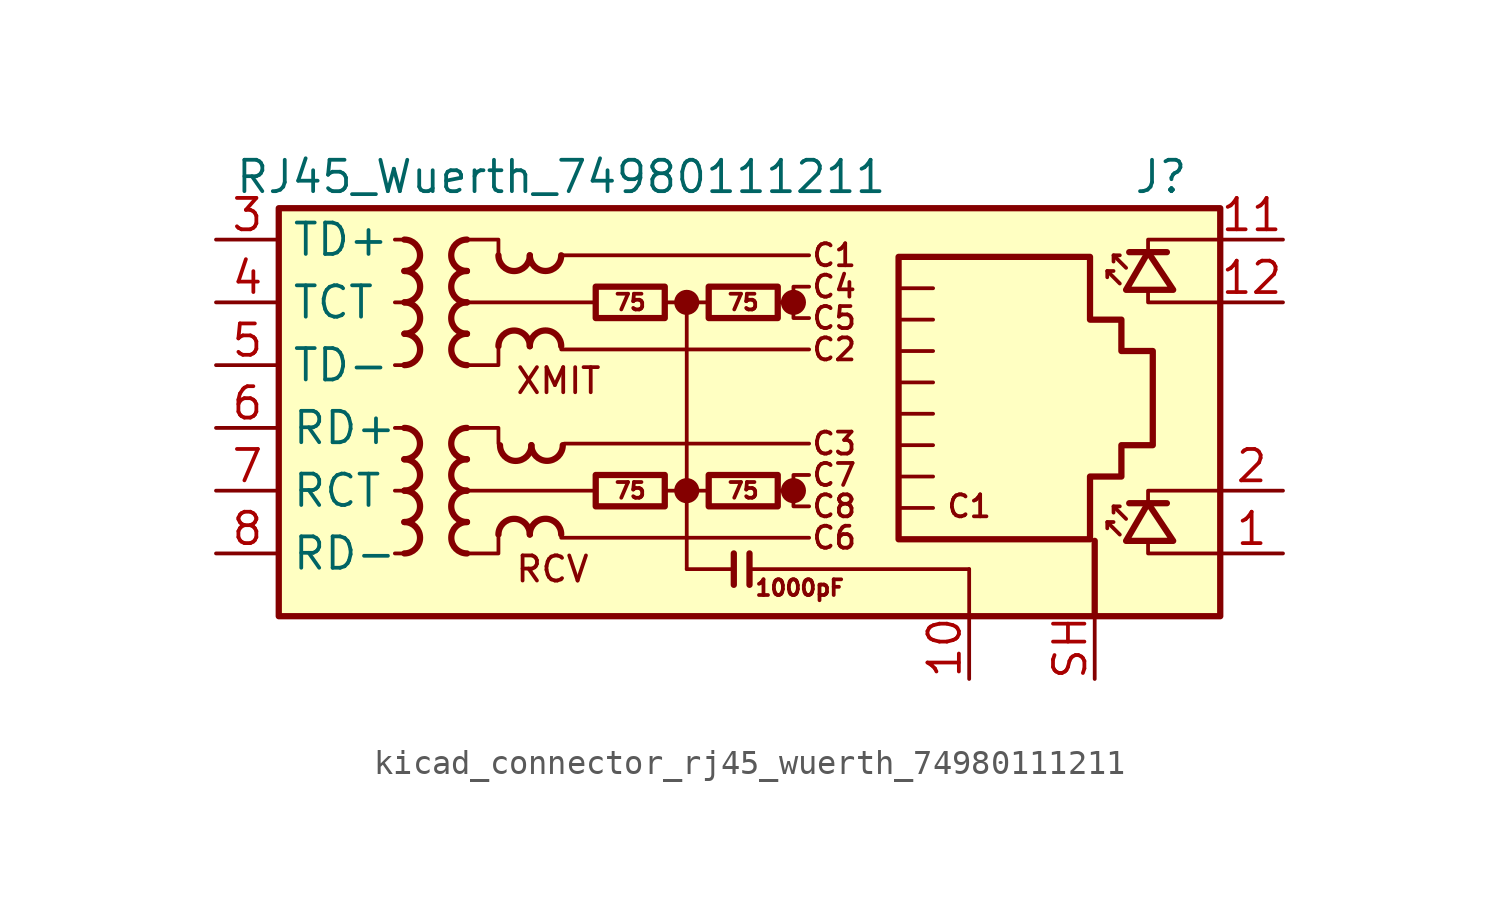
<source format=kicad_sym>
(kicad_symbol_lib
  (version 20220914)
  (generator kicad_symbol_editor)
  (symbol "kicad_connector_rj45_wuerth_74980111211"
    (property "Reference" "J"
      (at 19.05 10.16 0)
      (effects (font (size 1.27 1.27)) (justify right)))
    (property "Value" "RJ45_Wuerth_74980111211"
      (at -6.35 10.16 0)
      (effects (font (size 1.27 1.27))))
    (symbol "kicad_connector_rj45_wuerth_74980111211_0_0"
      (circle (center -1.27 -2.54) (radius 0.0001) (stroke (width 0.508) (type default)) (fill (type none)))
      (circle (center -1.27 5.08) (radius 0.0001) (stroke (width 0.508) (type default)) (fill (type none)))
      (polyline (pts (xy -1.27 5.08) (xy -1.27 -5.715)) (stroke (width 0) (type default)) (fill (type none)))
      (polyline (pts (xy 0.635 -5.08) (xy 0.635 -6.35)) (stroke (width 0.254) (type default)) (fill (type none)))
      (polyline (pts (xy 1.27 -5.08) (xy 1.27 -6.35)) (stroke (width 0.254) (type default)) (fill (type none)))
      (polyline (pts (xy 3.048 -2.54) (xy 2.54 -2.54)) (stroke (width 0) (type default)) (fill (type none)))
      (polyline (pts (xy 3.048 5.08) (xy 2.54 5.08)) (stroke (width 0) (type default)) (fill (type none)))
      (polyline (pts (xy 17.399 -3.175) (xy 17.399 -2.54) (xy 20.32 -2.54)) (stroke (width 0) (type default)) (fill (type none)))
      (polyline (pts (xy 17.399 6.985) (xy 17.399 7.62) (xy 20.32 7.62)) (stroke (width 0) (type default)) (fill (type none)))
      (polyline (pts (xy 20.32 -5.08) (xy 17.399 -5.08) (xy 17.399 -4.572)) (stroke (width 0) (type default)) (fill (type none)))
      (polyline (pts (xy 20.32 5.08) (xy 17.399 5.08) (xy 17.399 5.588)) (stroke (width 0) (type default)) (fill (type none)))
      (polyline (pts (xy 3.683 -1.905) (xy 3.048 -1.905) (xy 3.048 -3.175) (xy 3.683 -3.175)) (stroke (width 0) (type default)) (fill (type none)))
      (polyline (pts (xy 3.683 5.715) (xy 3.048 5.715) (xy 3.048 4.445) (xy 3.683 4.445)) (stroke (width 0) (type default)) (fill (type none)))
      (circle (center 3.048 -2.54) (radius 0.0001) (stroke (width 0.508) (type default)) (fill (type none)))
      (circle (center 3.048 5.08) (radius 0.0001) (stroke (width 0.508) (type default)) (fill (type none)))
      (text "C1" (at 4.699 6.985 0) (effects (font (size 0.889 0.889))))
      (text "C1" (at 10.16 -3.175 0) (effects (font (size 0.889 0.889))))
      (text "C2" (at 4.699 3.175 0) (effects (font (size 0.889 0.889))))
      (text "C3" (at 4.699 -0.635 0) (effects (font (size 0.889 0.889))))
      (text "C4" (at 4.699 5.715 0) (effects (font (size 0.889 0.889))))
      (text "C5" (at 4.699 4.445 0) (effects (font (size 0.889 0.889))))
      (text "C6" (at 4.699 -4.445 0) (effects (font (size 0.889 0.889))))
      (text "C7" (at 4.699 -1.905 0) (effects (font (size 0.889 0.889))))
      (text "C8" (at 4.699 -3.175 0) (effects (font (size 0.889 0.889))))
      (text "RCV" (at -8.255 -5.715 0) (effects (font (size 1.016 1.016)) (justify left)))
      (text "XMIT" (at -8.255 1.905 0) (effects (font (size 1.016 1.016)) (justify left))))
    (symbol "kicad_connector_rj45_wuerth_74980111211_0_1"
      (rectangle (start -17.78 8.89) (end 20.32 -7.62) (stroke (width 0.254) (type default)) (fill (type background)))
      (polyline (pts (xy -12.7 -5.08) (xy -13.081 -5.08)) (stroke (width 0) (type default)) (fill (type none)))
      (polyline (pts (xy -12.7 -2.54) (xy -13.081 -2.54)) (stroke (width 0) (type default)) (fill (type none)))
      (polyline (pts (xy -12.7 0) (xy -13.081 0)) (stroke (width 0) (type default)) (fill (type none)))
      (polyline (pts (xy -12.7 2.54) (xy -13.081 2.54)) (stroke (width 0) (type default)) (fill (type none)))
      (polyline (pts (xy -12.7 5.08) (xy -13.081 5.08)) (stroke (width 0) (type default)) (fill (type none)))
      (polyline (pts (xy -12.7 7.62) (xy -13.081 7.62)) (stroke (width 0) (type default)) (fill (type none)))
      (polyline (pts (xy -6.35 -4.445) (xy 3.683 -4.445)) (stroke (width 0) (type default)) (fill (type none)))
      (polyline (pts (xy -6.35 3.175) (xy 3.683 3.175)) (stroke (width 0) (type default)) (fill (type none)))
      (polyline (pts (xy -6.35 6.985) (xy 3.683 6.985)) (stroke (width 0) (type default)) (fill (type none)))
      (polyline (pts (xy -6.223 -0.635) (xy 3.683 -0.635)) (stroke (width 0) (type default)) (fill (type none)))
      (polyline (pts (xy -5.08 -2.54) (xy -10.16 -2.54)) (stroke (width 0) (type default)) (fill (type none)))
      (polyline (pts (xy -4.953 5.08) (xy -10.16 5.08)) (stroke (width 0) (type default)) (fill (type none)))
      (polyline (pts (xy -2.159 -2.54) (xy -0.381 -2.54)) (stroke (width 0) (type default)) (fill (type none)))
      (polyline (pts (xy -2.159 5.08) (xy -0.381 5.08)) (stroke (width 0) (type default)) (fill (type none)))
      (polyline (pts (xy 0.635 -5.715) (xy -1.27 -5.715)) (stroke (width 0) (type default)) (fill (type none)))
      (polyline (pts (xy 7.429 -1.968) (xy 8.7 -1.968)) (stroke (width 0) (type default)) (fill (type none)))
      (polyline (pts (xy 7.429 -0.699) (xy 8.7 -0.699)) (stroke (width 0) (type default)) (fill (type none)))
      (polyline (pts (xy 7.429 0.572) (xy 8.7 0.572)) (stroke (width 0) (type default)) (fill (type none)))
      (polyline (pts (xy 7.429 1.841) (xy 8.7 1.841)) (stroke (width 0) (type default)) (fill (type none)))
      (polyline (pts (xy 7.429 3.111) (xy 8.7 3.111)) (stroke (width 0) (type default)) (fill (type none)))
      (polyline (pts (xy 8.7 -3.239) (xy 7.429 -3.239)) (stroke (width 0) (type default)) (fill (type none)))
      (polyline (pts (xy 8.7 4.381) (xy 7.429 4.381)) (stroke (width 0) (type default)) (fill (type none)))
      (polyline (pts (xy 8.7 5.652) (xy 7.429 5.652)) (stroke (width 0) (type default)) (fill (type none)))
      (polyline (pts (xy 10.16 -5.715) (xy 1.27 -5.715)) (stroke (width 0) (type default)) (fill (type none)))
      (polyline (pts (xy 10.16 -5.715) (xy 10.16 -7.62)) (stroke (width 0) (type default)) (fill (type none)))
      (polyline (pts (xy -10.16 0) (xy -8.89 0) (xy -8.89 -0.635)) (stroke (width 0) (type default)) (fill (type none)))
      (polyline (pts (xy -10.16 7.62) (xy -8.89 7.62) (xy -8.89 6.985)) (stroke (width 0) (type default)) (fill (type none)))
      (polyline (pts (xy -8.89 -4.445) (xy -8.89 -5.08) (xy -10.16 -5.08)) (stroke (width 0) (type default)) (fill (type none)))
      (polyline (pts (xy -8.89 3.175) (xy -8.89 2.54) (xy -10.16 2.54)) (stroke (width 0) (type default)) (fill (type none))))
    (symbol "kicad_connector_rj45_wuerth_74980111211_1_0"
      (text "1000pF" (at 3.302 -6.477 0) (effects (font (size 0.635 0.635)))))
    (symbol "kicad_connector_rj45_wuerth_74980111211_1_1"
      (arc (start -12.7 -1.27) (mid -12.0677 -0.635) (end -12.7 0) (stroke (width 0.254) (type default)) (fill (type none)))
      (arc (start -12.6973 -5.08) (mid -12.065 -4.445) (end -12.6973 -3.81) (stroke (width 0.254) (type default)) (fill (type none)))
      (arc (start -12.6973 -3.81) (mid -12.065 -3.175) (end -12.6973 -2.54) (stroke (width 0.254) (type default)) (fill (type none)))
      (arc (start -12.6973 -2.54) (mid -12.065 -1.905) (end -12.6973 -1.27) (stroke (width 0.254) (type default)) (fill (type none)))
      (arc (start -12.6973 6.35) (mid -12.065 6.985) (end -12.6973 7.62) (stroke (width 0.254) (type default)) (fill (type none)))
      (arc (start -12.6946 2.54) (mid -12.0623 3.175) (end -12.6946 3.81) (stroke (width 0.254) (type default)) (fill (type none)))
      (arc (start -12.6946 3.81) (mid -12.0623 4.445) (end -12.6946 5.08) (stroke (width 0.254) (type default)) (fill (type none)))
      (arc (start -12.6946 5.08) (mid -12.0623 5.715) (end -12.6946 6.35) (stroke (width 0.254) (type default)) (fill (type none)))
      (arc (start -10.1654 -2.54) (mid -10.7977 -3.175) (end -10.1654 -3.81) (stroke (width 0.254) (type default)) (fill (type none)))
      (arc (start -10.1654 -1.27) (mid -10.7977 -1.905) (end -10.1654 -2.54) (stroke (width 0.254) (type default)) (fill (type none)))
      (arc (start -10.1654 0) (mid -10.7977 -0.635) (end -10.1654 -1.27) (stroke (width 0.254) (type default)) (fill (type none)))
      (arc (start -10.1654 5.08) (mid -10.7977 4.445) (end -10.1654 3.81) (stroke (width 0.254) (type default)) (fill (type none)))
      (arc (start -10.1654 6.35) (mid -10.7977 5.715) (end -10.1654 5.08) (stroke (width 0.254) (type default)) (fill (type none)))
      (arc (start -10.1654 7.62) (mid -10.7977 6.985) (end -10.1654 6.35) (stroke (width 0.254) (type default)) (fill (type none)))
      (arc (start -10.1627 -3.81) (mid -10.795 -4.445) (end -10.1627 -5.08) (stroke (width 0.254) (type default)) (fill (type none)))
      (arc (start -10.1627 3.81) (mid -10.795 3.175) (end -10.1627 2.54) (stroke (width 0.254) (type default)) (fill (type none)))
      (arc (start -8.89 6.9823) (mid -8.255 6.35) (end -7.62 6.9823) (stroke (width 0.254) (type default)) (fill (type none)))
      (arc (start -8.8265 -0.7012) (mid -8.1915 -1.3335) (end -7.5565 -0.7012) (stroke (width 0.254) (type default)) (fill (type none)))
      (arc (start -7.62 -4.3153) (mid -8.255 -3.683) (end -8.89 -4.3153) (stroke (width 0.254) (type default)) (fill (type none)))
      (arc (start -7.62 3.3047) (mid -8.255 3.937) (end -8.89 3.3047) (stroke (width 0.254) (type default)) (fill (type none)))
      (arc (start -7.62 6.985) (mid -6.985 6.3527) (end -6.35 6.985) (stroke (width 0.254) (type default)) (fill (type none)))
      (arc (start -7.5565 -0.6985) (mid -6.9215 -1.3308) (end -6.2865 -0.6985) (stroke (width 0.254) (type default)) (fill (type none)))
      (arc (start -6.35 -4.3126) (mid -6.985 -3.6803) (end -7.62 -4.3126) (stroke (width 0.254) (type default)) (fill (type none)))
      (arc (start -6.35 3.3074) (mid -6.985 3.9397) (end -7.62 3.3074) (stroke (width 0.254) (type default)) (fill (type none)))
      (rectangle (start -4.953 -1.905) (end -2.159 -3.175) (stroke (width 0.254) (type default)) (fill (type none)))
      (rectangle (start -4.953 5.715) (end -2.159 4.445) (stroke (width 0.254) (type default)) (fill (type none)))
      (rectangle (start -0.381 -1.905) (end 2.413 -3.175) (stroke (width 0.254) (type default)) (fill (type none)))
      (rectangle (start -0.381 5.715) (end 2.413 4.445) (stroke (width 0.254) (type default)) (fill (type none)))
      (polyline (pts (xy 15.24 -7.62) (xy 15.24 -4.572)) (stroke (width 0.254) (type default)) (fill (type none)))
      (polyline (pts (xy 15.748 -3.81) (xy 15.748 -4.064)) (stroke (width 0) (type default)) (fill (type none)))
      (polyline (pts (xy 15.748 6.35) (xy 15.748 6.096)) (stroke (width 0) (type default)) (fill (type none)))
      (polyline (pts (xy 16.002 -3.175) (xy 16.002 -3.429)) (stroke (width 0) (type default)) (fill (type none)))
      (polyline (pts (xy 16.002 6.985) (xy 16.002 6.731)) (stroke (width 0) (type default)) (fill (type none)))
      (polyline (pts (xy 16.637 -3.048) (xy 18.161 -3.048)) (stroke (width 0.254) (type default)) (fill (type none)))
      (polyline (pts (xy 16.637 7.112) (xy 18.161 7.112)) (stroke (width 0.254) (type default)) (fill (type none)))
      (polyline (pts (xy 16.256 -4.318) (xy 15.748 -3.81) (xy 16.002 -3.81)) (stroke (width 0) (type default)) (fill (type none)))
      (polyline (pts (xy 16.256 5.842) (xy 15.748 6.35) (xy 16.002 6.35)) (stroke (width 0) (type default)) (fill (type none)))
      (polyline (pts (xy 16.51 -3.683) (xy 16.002 -3.175) (xy 16.256 -3.175)) (stroke (width 0) (type default)) (fill (type none)))
      (polyline (pts (xy 16.51 6.477) (xy 16.002 6.985) (xy 16.256 6.985)) (stroke (width 0) (type default)) (fill (type none)))
      (polyline (pts (xy 16.51 -4.572) (xy 18.415 -4.572) (xy 17.399 -3.048) (xy 16.51 -4.572)) (stroke (width 0.254) (type default)) (fill (type none)))
      (polyline (pts (xy 16.51 5.588) (xy 18.415 5.588) (xy 17.399 7.112) (xy 16.51 5.588)) (stroke (width 0.254) (type default)) (fill (type none)))
      (polyline (pts (xy 7.303 -4.508) (xy 7.303 6.921) (xy 15.05 6.921) (xy 15.05 4.381) (xy 16.32 4.381) (xy 16.32 3.111) (xy 17.59 3.111) (xy 17.59 -0.699) (xy 16.32 -0.699) (xy 16.32 -1.968) (xy 15.05 -1.968) (xy 15.05 -4.508) (xy 7.303 -4.508)) (stroke (width 0.254) (type default)) (fill (type none)))
      (text "75" (at -3.556 -2.54 0) (effects (font (size 0.635 0.635))))
      (text "75" (at -3.556 5.08 0) (effects (font (size 0.635 0.635))))
      (text "75" (at 1.016 -2.54 0) (effects (font (size 0.635 0.635))))
      (text "75" (at 1.016 5.08 0) (effects (font (size 0.635 0.635))))
      (pin passive line (at 22.86 -5.08 180) (length 2.54) (name "" (effects (font (size 1.27 1.27)))) (number "1" (effects (font (size 1.27 1.27)))))
      (pin power_in line (at 10.16 -10.16 90) (length 2.54) (name "" (effects (font (size 1.27 1.27)))) (number "10" (effects (font (size 1.27 1.27)))))
      (pin passive line (at 22.86 7.62 180) (length 2.54) (name "" (effects (font (size 1.27 1.27)))) (number "11" (effects (font (size 1.27 1.27)))))
      (pin passive line (at 22.86 5.08 180) (length 2.54) (name "" (effects (font (size 1.27 1.27)))) (number "12" (effects (font (size 1.27 1.27)))))
      (pin passive line (at 22.86 -2.54 180) (length 2.54) (name "" (effects (font (size 1.27 1.27)))) (number "2" (effects (font (size 1.27 1.27)))))
      (pin passive line (at -20.32 7.62 0) (length 2.54) (name "TD+" (effects (font (size 1.27 1.27)))) (number "3" (effects (font (size 1.27 1.27)))))
      (pin passive line (at -20.32 5.08 0) (length 2.54) (name "TCT" (effects (font (size 1.27 1.27)))) (number "4" (effects (font (size 1.27 1.27)))))
      (pin passive line (at -20.32 2.54 0) (length 2.54) (name "TD-" (effects (font (size 1.27 1.27)))) (number "5" (effects (font (size 1.27 1.27)))))
      (pin passive line (at -20.32 0 0) (length 2.54) (name "RD+" (effects (font (size 1.27 1.27)))) (number "6" (effects (font (size 1.27 1.27)))))
      (pin passive line (at -20.32 -2.54 0) (length 2.54) (name "RCT" (effects (font (size 1.27 1.27)))) (number "7" (effects (font (size 1.27 1.27)))))
      (pin passive line (at -20.32 -5.08 0) (length 2.54) (name "RD-" (effects (font (size 1.27 1.27)))) (number "8" (effects (font (size 1.27 1.27)))))
      (pin no_connect line (at 20.32 0 0) (length 0) hide (name "NC" (effects (font (size 1.27 1.27)))) (number "9" (effects (font (size 1.27 1.27)))))
      (pin passive line (at 15.24 -10.16 90) (length 2.54) (name "" (effects (font (size 1.27 1.27)))) (number "SH" (effects (font (size 1.27 1.27))))))))
</source>
